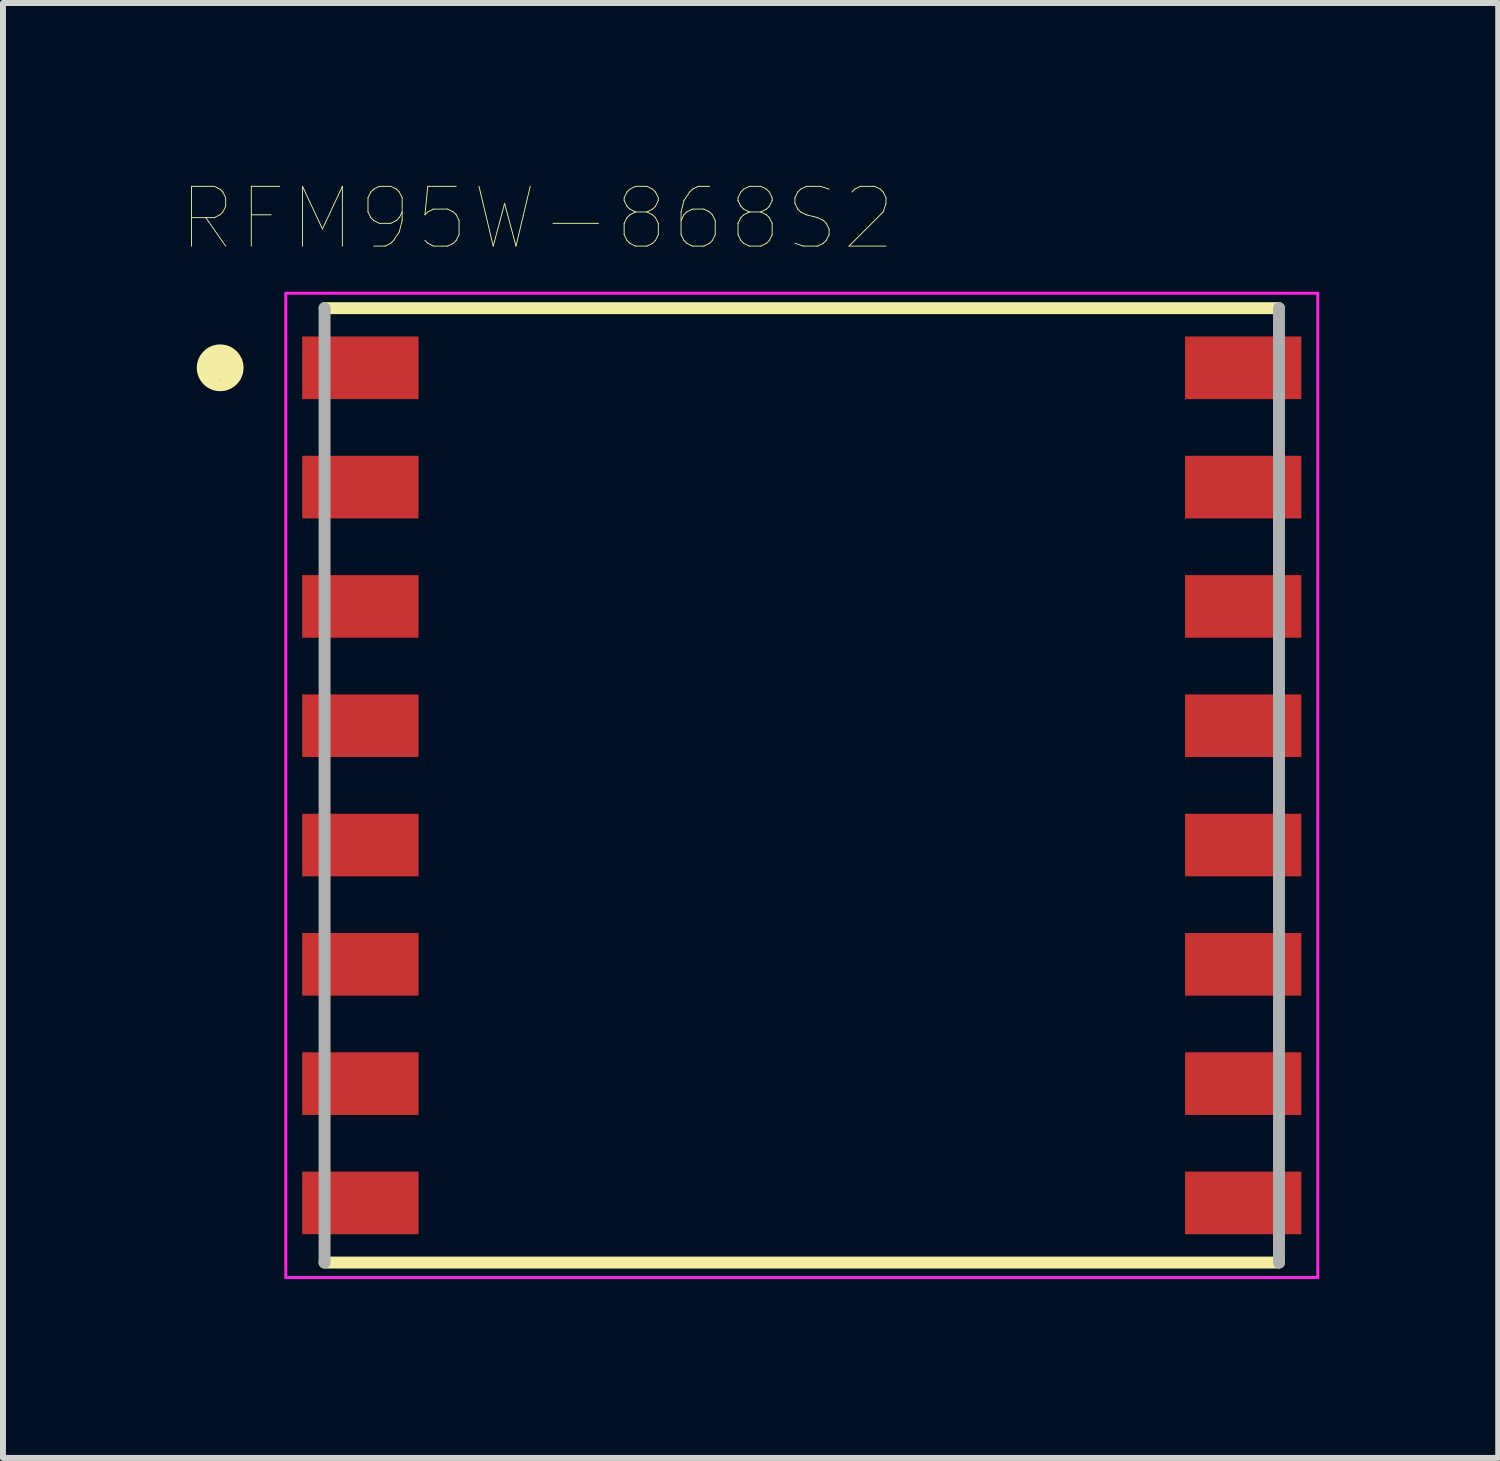
<source format=kicad_pcb>
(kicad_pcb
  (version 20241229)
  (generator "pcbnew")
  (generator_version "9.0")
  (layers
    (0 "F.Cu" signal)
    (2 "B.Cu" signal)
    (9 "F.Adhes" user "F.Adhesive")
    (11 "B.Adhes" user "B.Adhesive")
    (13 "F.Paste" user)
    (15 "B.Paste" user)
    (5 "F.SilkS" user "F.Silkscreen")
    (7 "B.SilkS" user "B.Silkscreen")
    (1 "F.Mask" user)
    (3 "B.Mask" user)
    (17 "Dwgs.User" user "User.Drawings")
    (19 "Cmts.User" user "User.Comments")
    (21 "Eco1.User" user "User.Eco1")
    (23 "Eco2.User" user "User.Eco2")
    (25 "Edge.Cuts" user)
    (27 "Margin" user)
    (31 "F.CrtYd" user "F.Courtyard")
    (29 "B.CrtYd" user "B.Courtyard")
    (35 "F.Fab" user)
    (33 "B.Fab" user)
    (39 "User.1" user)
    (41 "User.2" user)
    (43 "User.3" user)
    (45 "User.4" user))
  (footprint "RFM95W-868S2"
    (layer "F.Cu")
    (at 10.391 10.116)
    (property "Reference" "RFM95W-868S2" (at -4.433 -9.503 0) (layer "F.SilkS") (effects (font (size 1.002 1.002) (thickness 0.015))))
    (attr through_hole)
    (fp_line (start -8 -8) (end 8 -8) (stroke (width 0.2) (type solid)) (layer "F.SilkS"))
    (fp_line (start 8 8) (end -8 8) (stroke (width 0.2) (type solid)) (layer "F.SilkS"))
    (fp_circle (center -9.75 -7) (end -9.458 -7) (stroke (width 0.2) (type solid)) (fill no) (layer "F.SilkS"))
    (fp_poly (pts (xy -10.011 -7.2) (xy -9.5 -7.2) (xy -9.5 -6.808) (xy -10.011 -6.808)) (stroke (width 0.01) (type solid)) (fill yes) (layer "F.SilkS"))
    (fp_line (start -8.65 -8.25) (end 8.65 -8.25) (stroke (width 0.05) (type solid)) (layer "F.CrtYd"))
    (fp_line (start -8.65 8.25) (end -8.65 -8.25) (stroke (width 0.05) (type solid)) (layer "F.CrtYd"))
    (fp_line (start 8.65 -8.25) (end 8.65 8.25) (stroke (width 0.05) (type solid)) (layer "F.CrtYd"))
    (fp_line (start 8.65 8.25) (end -8.65 8.25) (stroke (width 0.05) (type solid)) (layer "F.CrtYd"))
    (fp_line (start -8 8) (end -8 -8) (stroke (width 0.2) (type solid)) (layer "F.Fab"))
    (fp_line (start 8 -8) (end 8 8) (stroke (width 0.2) (type solid)) (layer "F.Fab"))
    (pad "1" smd rect (at -7.4 -7) (size 1.95 1.05) (layers "F.Cu" "F.Mask" "F.Paste"))
    (pad "2" smd rect (at -7.4 -5) (size 1.95 1.05) (layers "F.Cu" "F.Mask" "F.Paste"))
    (pad "3" smd rect (at -7.4 -3) (size 1.95 1.05) (layers "F.Cu" "F.Mask" "F.Paste"))
    (pad "4" smd rect (at -7.4 -1) (size 1.95 1.05) (layers "F.Cu" "F.Mask" "F.Paste"))
    (pad "5" smd rect (at -7.4 1) (size 1.95 1.05) (layers "F.Cu" "F.Mask" "F.Paste"))
    (pad "6" smd rect (at -7.4 3) (size 1.95 1.05) (layers "F.Cu" "F.Mask" "F.Paste"))
    (pad "7" smd rect (at -7.4 5) (size 1.95 1.05) (layers "F.Cu" "F.Mask" "F.Paste"))
    (pad "8" smd rect (at -7.4 7) (size 1.95 1.05) (layers "F.Cu" "F.Mask" "F.Paste"))
    (pad "9" smd rect (at 7.4 7) (size 1.95 1.05) (layers "F.Cu" "F.Mask" "F.Paste"))
    (pad "10" smd rect (at 7.4 5) (size 1.95 1.05) (layers "F.Cu" "F.Mask" "F.Paste"))
    (pad "11" smd rect (at 7.4 3) (size 1.95 1.05) (layers "F.Cu" "F.Mask" "F.Paste"))
    (pad "12" smd rect (at 7.4 1) (size 1.95 1.05) (layers "F.Cu" "F.Mask" "F.Paste"))
    (pad "13" smd rect (at 7.4 -1) (size 1.95 1.05) (layers "F.Cu" "F.Mask" "F.Paste"))
    (pad "14" smd rect (at 7.4 -3) (size 1.95 1.05) (layers "F.Cu" "F.Mask" "F.Paste"))
    (pad "15" smd rect (at 7.4 -5) (size 1.95 1.05) (layers "F.Cu" "F.Mask" "F.Paste"))
    (pad "16" smd rect (at 7.4 -7) (size 1.95 1.05) (layers "F.Cu" "F.Mask" "F.Paste")))
  (gr_rect
    (start -3 -3)
    (end 22.066 21.391)
    (stroke (width 0.1) (type default))
    (fill no)
    (layer "Edge.Cuts")))
</source>
